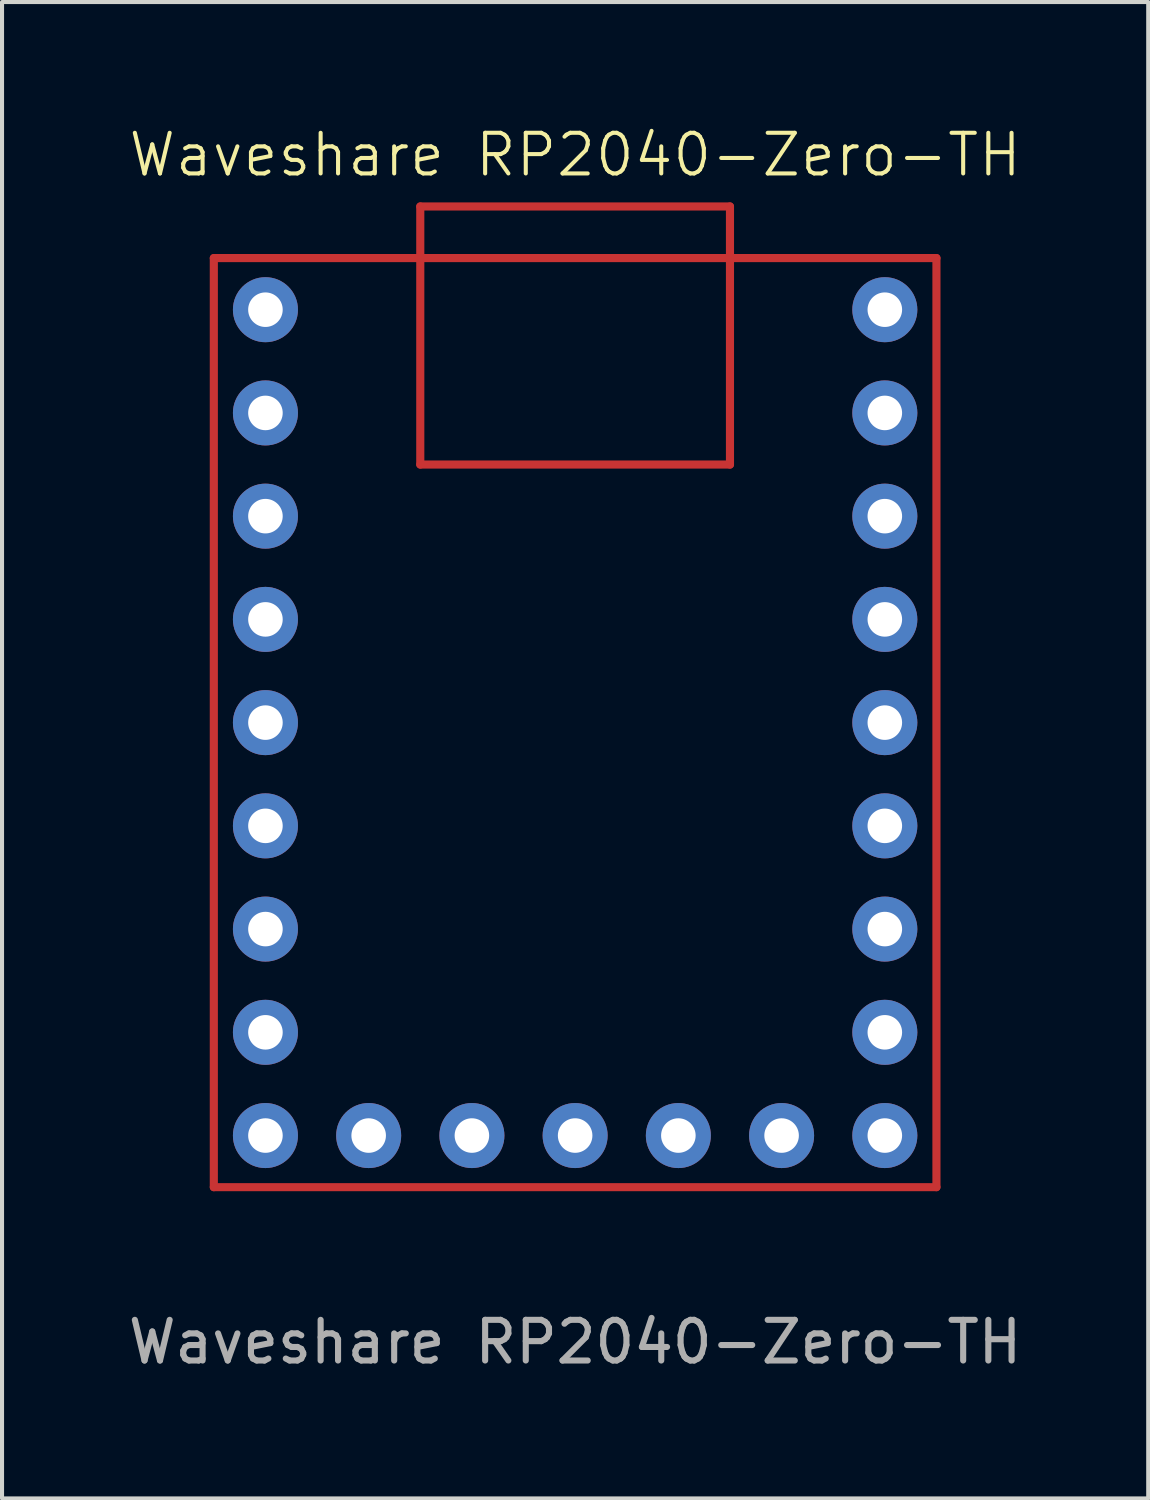
<source format=kicad_pcb>
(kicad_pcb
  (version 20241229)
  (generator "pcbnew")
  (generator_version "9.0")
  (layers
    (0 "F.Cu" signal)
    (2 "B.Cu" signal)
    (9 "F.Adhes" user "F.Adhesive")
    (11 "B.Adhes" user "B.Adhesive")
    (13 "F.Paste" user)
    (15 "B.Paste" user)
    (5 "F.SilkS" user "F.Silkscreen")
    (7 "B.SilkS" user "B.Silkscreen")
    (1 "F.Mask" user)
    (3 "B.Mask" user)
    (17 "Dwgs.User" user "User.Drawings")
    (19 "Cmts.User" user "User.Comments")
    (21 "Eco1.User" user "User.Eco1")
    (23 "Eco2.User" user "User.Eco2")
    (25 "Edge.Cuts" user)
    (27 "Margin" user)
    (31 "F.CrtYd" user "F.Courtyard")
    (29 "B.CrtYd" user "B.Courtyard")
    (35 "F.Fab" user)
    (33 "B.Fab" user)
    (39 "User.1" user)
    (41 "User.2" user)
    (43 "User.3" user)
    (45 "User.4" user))
  (footprint "Waveshare RP2040-Zero-TH"
    (layer "F.Cu")
    (at 11.101 14.73)
    (property "Reference" "Waveshare RP2040-Zero-TH" (at 0 -13.97 0) (unlocked yes) (layer "F.SilkS") (effects (font (size 1 1) (thickness 0.1))))
    (attr smd)
    (fp_line (start -8.89 -11.43) (end 8.89 -11.43) (stroke (width 0.2) (type default)) (layer "F.Cu"))
    (fp_line (start -8.89 11.43) (end -8.89 -11.43) (stroke (width 0.2) (type default)) (layer "F.Cu"))
    (fp_line (start -3.81 -12.7) (end -3.81 -6.35) (stroke (width 0.2) (type default)) (layer "F.Cu"))
    (fp_line (start -3.81 -6.35) (end 3.81 -6.35) (stroke (width 0.2) (type default)) (layer "F.Cu"))
    (fp_line (start 3.81 -12.7) (end -3.81 -12.7) (stroke (width 0.2) (type default)) (layer "F.Cu"))
    (fp_line (start 3.81 -6.35) (end 3.81 -12.7) (stroke (width 0.2) (type default)) (layer "F.Cu"))
    (fp_line (start 8.89 -11.43) (end 8.89 11.43) (stroke (width 0.2) (type default)) (layer "F.Cu"))
    (fp_line (start 8.89 11.43) (end -8.89 11.43) (stroke (width 0.2) (type default)) (layer "F.Cu"))
    (fp_text user "${REFERENCE}" (at 0 15.24 0) (unlocked yes) (layer "F.Fab") (effects (font (size 1 1) (thickness 0.15))))
    (pad "0" thru_hole circle (at 7.62 -10.16) (size 1.6 1.6) (drill 0.85) (layers "*.Cu" "*.Mask"))
    (pad "1" thru_hole circle (at 7.62 -7.62) (size 1.6 1.6) (drill 0.85) (layers "*.Cu" "*.Mask"))
    (pad "2" thru_hole circle (at 7.62 -5.08) (size 1.6 1.6) (drill 0.85) (layers "*.Cu" "*.Mask"))
    (pad "3" thru_hole circle (at 7.62 -2.54) (size 1.6 1.6) (drill 0.85) (layers "*.Cu" "*.Mask"))
    (pad "3V3" thru_hole circle (at -7.62 -5.08) (size 1.6 1.6) (drill 0.85) (layers "*.Cu" "*.Mask"))
    (pad "4" thru_hole circle (at 7.62 0) (size 1.6 1.6) (drill 0.85) (layers "*.Cu" "*.Mask"))
    (pad "5" thru_hole circle (at 7.62 2.54) (size 1.6 1.6) (drill 0.85) (layers "*.Cu" "*.Mask"))
    (pad "5V" thru_hole circle (at -7.62 -10.16) (size 1.6 1.6) (drill 0.85) (layers "*.Cu" "*.Mask"))
    (pad "6" thru_hole circle (at 7.62 5.08) (size 1.6 1.6) (drill 0.85) (layers "*.Cu" "*.Mask"))
    (pad "7" thru_hole circle (at 7.62 7.62) (size 1.6 1.6) (drill 0.85) (layers "*.Cu" "*.Mask"))
    (pad "8" thru_hole circle (at 7.62 10.16) (size 1.6 1.6) (drill 0.85) (layers "*.Cu" "*.Mask"))
    (pad "9" thru_hole circle (at 5.08 10.16) (size 1.6 1.6) (drill 0.85) (layers "*.Cu" "*.Mask"))
    (pad "10" thru_hole circle (at 2.54 10.16) (size 1.6 1.6) (drill 0.85) (layers "*.Cu" "*.Mask"))
    (pad "11" thru_hole circle (at 0 10.16) (size 1.6 1.6) (drill 0.85) (layers "*.Cu" "*.Mask"))
    (pad "12" thru_hole circle (at -2.54 10.16) (size 1.6 1.6) (drill 0.85) (layers "*.Cu" "*.Mask"))
    (pad "13" thru_hole circle (at -5.08 10.16) (size 1.6 1.6) (drill 0.85) (layers "*.Cu" "*.Mask"))
    (pad "14" thru_hole circle (at -7.62 10.16) (size 1.6 1.6) (drill 0.85) (layers "*.Cu" "*.Mask"))
    (pad "15" thru_hole circle (at -7.62 7.62) (size 1.6 1.6) (drill 0.85) (layers "*.Cu" "*.Mask"))
    (pad "26" thru_hole circle (at -7.62 5.08) (size 1.6 1.6) (drill 0.85) (layers "*.Cu" "*.Mask"))
    (pad "27" thru_hole circle (at -7.62 2.54) (size 1.6 1.6) (drill 0.85) (layers "*.Cu" "*.Mask"))
    (pad "28" thru_hole circle (at -7.62 0) (size 1.6 1.6) (drill 0.85) (layers "*.Cu" "*.Mask"))
    (pad "29" thru_hole circle (at -7.62 -2.54) (size 1.6 1.6) (drill 0.85) (layers "*.Cu" "*.Mask"))
    (pad "GND" thru_hole circle (at -7.62 -7.62) (size 1.6 1.6) (drill 0.85) (layers "*.Cu" "*.Mask")))
  (gr_rect
    (start -3 -3)
    (end 25.202 33.819)
    (stroke (width 0.1) (type default))
    (fill no)
    (layer "Edge.Cuts")))
</source>
